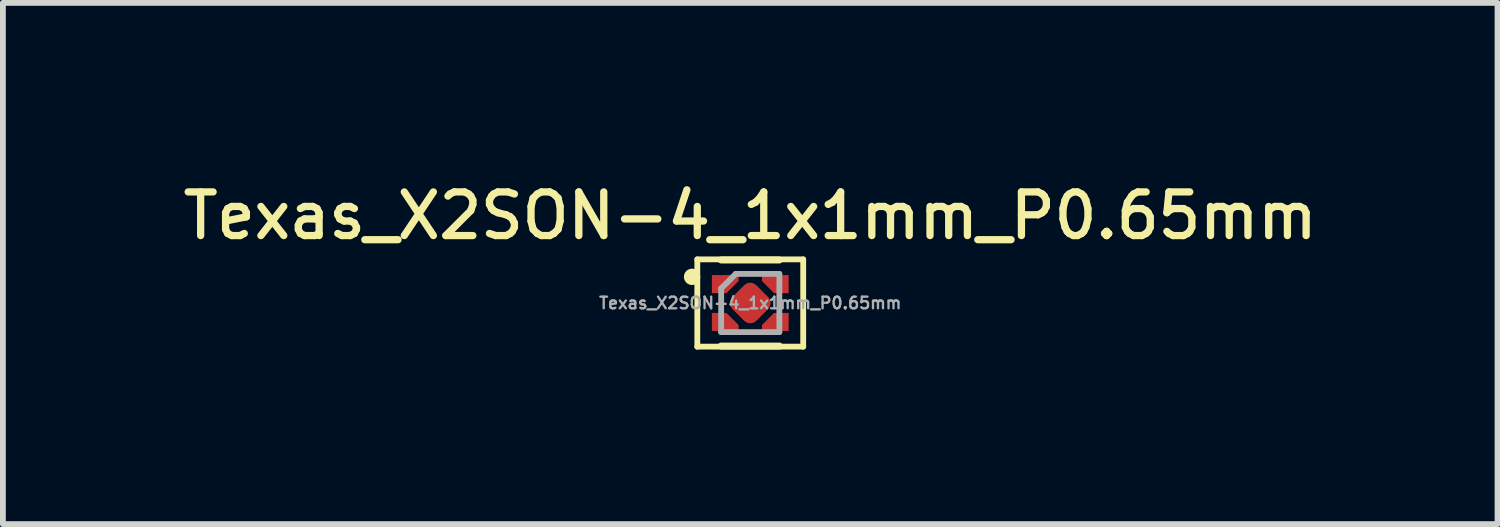
<source format=kicad_pcb>
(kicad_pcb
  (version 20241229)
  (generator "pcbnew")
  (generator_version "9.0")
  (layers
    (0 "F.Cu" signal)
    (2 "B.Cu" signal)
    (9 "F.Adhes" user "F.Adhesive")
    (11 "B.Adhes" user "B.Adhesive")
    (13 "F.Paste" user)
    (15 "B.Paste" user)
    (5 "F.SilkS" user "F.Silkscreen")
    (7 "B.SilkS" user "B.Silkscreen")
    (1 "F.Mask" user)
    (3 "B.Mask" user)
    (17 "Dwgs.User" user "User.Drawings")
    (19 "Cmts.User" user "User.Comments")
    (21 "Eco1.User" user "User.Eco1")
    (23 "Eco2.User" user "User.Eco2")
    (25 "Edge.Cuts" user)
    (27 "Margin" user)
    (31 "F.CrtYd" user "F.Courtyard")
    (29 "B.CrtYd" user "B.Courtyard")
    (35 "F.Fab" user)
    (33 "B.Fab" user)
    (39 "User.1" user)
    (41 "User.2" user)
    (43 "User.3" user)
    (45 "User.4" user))
  (footprint "Texas_X2SON-4_1x1mm_P0.65mm"
    (layer "F.Cu")
    (at 9.845 2.158)
    (property "Reference" "Texas_X2SON-4_1x1mm_P0.65mm" (at 0 -1.5 0) (layer "F.SilkS") (effects (font (size 0.75 0.75) (thickness 0.125))))
    (attr smd)
    (fp_line (start -0.91 -0.75) (end 0.91 -0.75) (stroke (width 0.1) (type solid)) (layer "F.SilkS"))
    (fp_line (start -0.91 0.75) (end -0.91 -0.75) (stroke (width 0.1) (type solid)) (layer "F.SilkS"))
    (fp_line (start -0.5 -0.74) (end 0.5 -0.74) (stroke (width 0.12) (type solid)) (layer "F.SilkS"))
    (fp_line (start -0.5 0.74) (end 0.5 0.74) (stroke (width 0.12) (type solid)) (layer "F.SilkS"))
    (fp_line (start 0.91 -0.75) (end 0.91 0.75) (stroke (width 0.1) (type solid)) (layer "F.SilkS"))
    (fp_line (start 0.91 0.75) (end -0.91 0.75) (stroke (width 0.1) (type solid)) (layer "F.SilkS"))
    (fp_circle (center -1 -0.45) (end -0.86 -0.46) (stroke (width 0) (type solid)) (fill yes) (layer "F.SilkS"))
    (fp_line (start -0.5 -0.25) (end -0.25 -0.5) (stroke (width 0.1) (type solid)) (layer "F.Fab"))
    (fp_line (start -0.5 0.5) (end -0.5 -0.25) (stroke (width 0.1) (type solid)) (layer "F.Fab"))
    (fp_line (start -0.25 -0.5) (end 0.5 -0.5) (stroke (width 0.1) (type solid)) (layer "F.Fab"))
    (fp_line (start 0.5 -0.5) (end 0.5 0.5) (stroke (width 0.1) (type solid)) (layer "F.Fab"))
    (fp_line (start 0.5 0.5) (end -0.5 0.5) (stroke (width 0.1) (type solid)) (layer "F.Fab"))
    (fp_text user "${REFERENCE}" (at 0 0 0) (layer "F.Fab") (effects (font (size 0.2 0.2) (thickness 0.04))))
    (pad "" smd custom (at -0.43 -0.325) (size 0.148 0.148) (layers "F.Mask") (options (anchor circle)) (primitives (gr_poly (pts (xy 0.18 -0.075) (xy 0 0.105) (xy -0.18 0.105) (xy -0.18 -0.105) (xy 0.18 -0.105)) (width 0) (fill yes))))
    (pad "" smd custom (at -0.43 -0.325) (size 0.148 0.148) (layers "F.Paste") (options (anchor circle)) (primitives (gr_poly (pts (xy 0.18 -0.075) (xy 0 0.105) (xy -0.22 0.105) (xy -0.22 -0.105) (xy 0.18 -0.105)) (width 0) (fill yes))))
    (pad "" smd custom (at -0.43 0.325) (size 0.148 0.148) (layers "F.Mask") (options (anchor circle)) (primitives (gr_poly (pts (xy 0.18 0.075) (xy 0.18 0.105) (xy -0.18 0.105) (xy -0.18 -0.105) (xy 0 -0.105)) (width 0) (fill yes))))
    (pad "" smd custom (at -0.43 0.325) (size 0.148 0.148) (layers "F.Paste") (options (anchor circle)) (primitives (gr_poly (pts (xy 0.18 0.075) (xy 0.18 0.105) (xy -0.22 0.105) (xy -0.22 -0.105) (xy 0 -0.105)) (width 0) (fill yes))))
    (pad "" smd custom (at 0.43 -0.325) (size 0.148 0.148) (layers "F.Mask") (options (anchor circle)) (primitives (gr_poly (pts (xy 0.18 0.105) (xy 0 0.105) (xy -0.18 -0.075) (xy -0.18 -0.105) (xy 0.18 -0.105)) (width 0) (fill yes))))
    (pad "" smd custom (at 0.43 -0.325) (size 0.148 0.148) (layers "F.Paste") (options (anchor circle)) (primitives (gr_poly (pts (xy 0.22 0.105) (xy 0 0.105) (xy -0.18 -0.075) (xy -0.18 -0.105) (xy 0.22 -0.105)) (width 0) (fill yes))))
    (pad "" smd custom (at 0.43 0.325) (size 0.148 0.148) (layers "F.Mask") (options (anchor circle)) (primitives (gr_poly (pts (xy 0.18 0.105) (xy -0.18 0.105) (xy -0.18 0.075) (xy 0 -0.105) (xy 0.18 -0.105)) (width 0) (fill yes))))
    (pad "" smd custom (at 0.43 0.325) (size 0.148 0.148) (layers "F.Paste") (options (anchor circle)) (primitives (gr_poly (pts (xy 0.22 0.105) (xy -0.18 0.105) (xy -0.18 0.075) (xy 0 -0.105) (xy 0.22 -0.105)) (width 0) (fill yes))))
    (pad "1" smd custom (at -0.43 -0.325) (size 0.148 0.148) (layers "F.Cu") (options (anchor circle)) (primitives (gr_poly (pts (xy 0.23 -0.054) (xy 0.021 0.155) (xy -0.23 0.155) (xy -0.23 -0.155) (xy 0.23 -0.155)) (width 0) (fill yes))))
    (pad "2" smd custom (at -0.43 0.325) (size 0.148 0.148) (layers "F.Cu") (options (anchor circle)) (primitives (gr_poly (pts (xy 0.23 0.054) (xy 0.23 0.155) (xy -0.23 0.155) (xy -0.23 -0.155) (xy 0.021 -0.155)) (width 0) (fill yes))))
    (pad "3" smd custom (at 0.43 0.325) (size 0.148 0.148) (layers "F.Cu") (options (anchor circle)) (primitives (gr_poly (pts (xy 0.23 0.155) (xy -0.23 0.155) (xy -0.23 0.054) (xy -0.021 -0.155) (xy 0.23 -0.155)) (width 0) (fill yes))))
    (pad "4" smd custom (at 0.43 -0.325) (size 0.148 0.148) (layers "F.Cu") (options (anchor circle)) (primitives (gr_poly (pts (xy 0.23 0.155) (xy -0.021 0.155) (xy -0.23 -0.054) (xy -0.23 -0.155) (xy 0.23 -0.155)) (width 0) (fill yes))))
    (pad "5" smd roundrect (at 0 0 45) (size 0.58 0.58) (layers "F.Cu" "F.Mask" "F.Paste") (roundrect_rratio 0.25)))
  (gr_rect
    (start -3 -3)
    (end 22.689 5.958)
    (stroke (width 0.1) (type default))
    (fill no)
    (layer "Edge.Cuts")))
</source>
